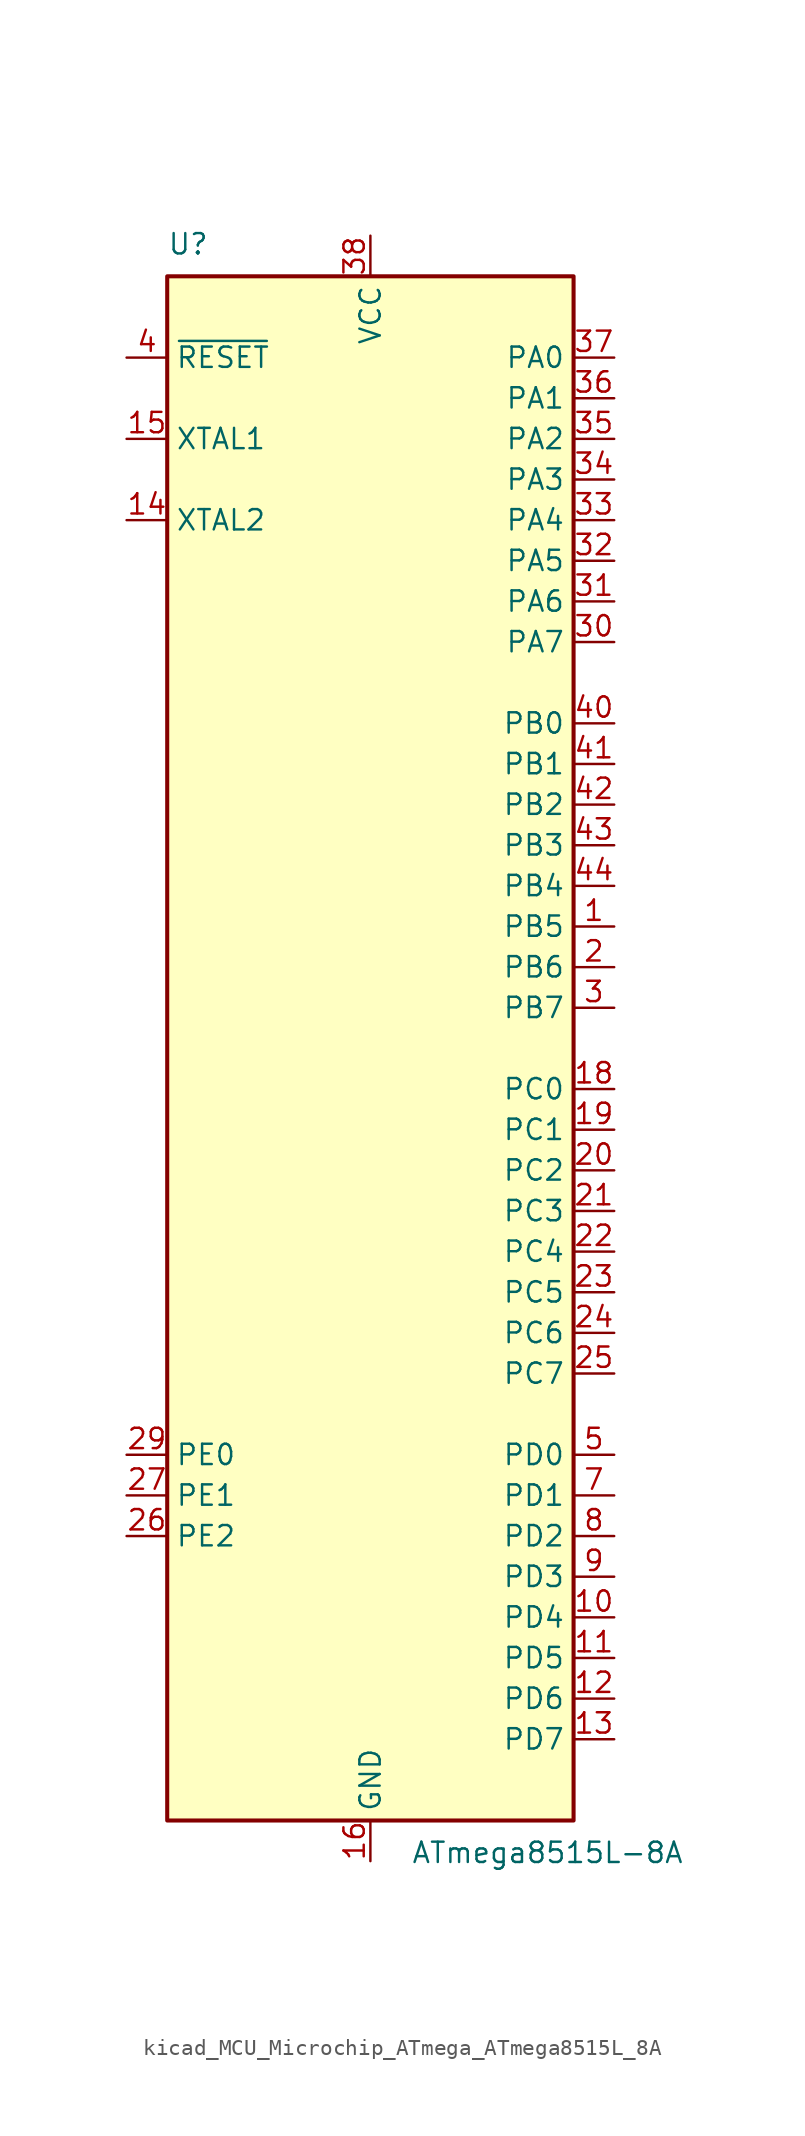
<source format=kicad_sym>
(kicad_symbol_lib
  (version 20220914)
  (generator kicad_symbol_editor)
  (symbol "kicad_MCU_Microchip_ATmega_ATmega8515L_8A"
    (property "Reference" "U"
      (at -12.7 49.53 0)
      (effects (font (size 1.27 1.27)) (justify left bottom)))
    (property "Value" "ATmega8515L-8A"
      (at 2.54 -49.53 0)
      (effects (font (size 1.27 1.27)) (justify left top)))
    (symbol "kicad_MCU_Microchip_ATmega_ATmega8515L_8A_0_1"
      (rectangle (start -12.7 -48.26) (end 12.7 48.26) (stroke (width 0.254) (type default)) (fill (type background))))
    (symbol "kicad_MCU_Microchip_ATmega_ATmega8515L_8A_1_1"
      (pin bidirectional line (at 15.24 7.62 180) (length 2.54) (name "PB5" (effects (font (size 1.27 1.27)))) (number "1" (effects (font (size 1.27 1.27)))))
      (pin bidirectional line (at 15.24 -35.56 180) (length 2.54) (name "PD4" (effects (font (size 1.27 1.27)))) (number "10" (effects (font (size 1.27 1.27)))))
      (pin bidirectional line (at 15.24 -38.1 180) (length 2.54) (name "PD5" (effects (font (size 1.27 1.27)))) (number "11" (effects (font (size 1.27 1.27)))))
      (pin bidirectional line (at 15.24 -40.64 180) (length 2.54) (name "PD6" (effects (font (size 1.27 1.27)))) (number "12" (effects (font (size 1.27 1.27)))))
      (pin bidirectional line (at 15.24 -43.18 180) (length 2.54) (name "PD7" (effects (font (size 1.27 1.27)))) (number "13" (effects (font (size 1.27 1.27)))))
      (pin output line (at -15.24 33.02 0) (length 2.54) (name "XTAL2" (effects (font (size 1.27 1.27)))) (number "14" (effects (font (size 1.27 1.27)))))
      (pin input line (at -15.24 38.1 0) (length 2.54) (name "XTAL1" (effects (font (size 1.27 1.27)))) (number "15" (effects (font (size 1.27 1.27)))))
      (pin power_in line (at 0 -50.8 90) (length 2.54) (name "GND" (effects (font (size 1.27 1.27)))) (number "16" (effects (font (size 1.27 1.27)))))
      (pin no_connect line (at -12.7 -40.64 0) (length 2.54) hide (name "NC" (effects (font (size 1.27 1.27)))) (number "17" (effects (font (size 1.27 1.27)))))
      (pin bidirectional line (at 15.24 -2.54 180) (length 2.54) (name "PC0" (effects (font (size 1.27 1.27)))) (number "18" (effects (font (size 1.27 1.27)))))
      (pin bidirectional line (at 15.24 -5.08 180) (length 2.54) (name "PC1" (effects (font (size 1.27 1.27)))) (number "19" (effects (font (size 1.27 1.27)))))
      (pin bidirectional line (at 15.24 5.08 180) (length 2.54) (name "PB6" (effects (font (size 1.27 1.27)))) (number "2" (effects (font (size 1.27 1.27)))))
      (pin bidirectional line (at 15.24 -7.62 180) (length 2.54) (name "PC2" (effects (font (size 1.27 1.27)))) (number "20" (effects (font (size 1.27 1.27)))))
      (pin bidirectional line (at 15.24 -10.16 180) (length 2.54) (name "PC3" (effects (font (size 1.27 1.27)))) (number "21" (effects (font (size 1.27 1.27)))))
      (pin bidirectional line (at 15.24 -12.7 180) (length 2.54) (name "PC4" (effects (font (size 1.27 1.27)))) (number "22" (effects (font (size 1.27 1.27)))))
      (pin bidirectional line (at 15.24 -15.24 180) (length 2.54) (name "PC5" (effects (font (size 1.27 1.27)))) (number "23" (effects (font (size 1.27 1.27)))))
      (pin bidirectional line (at 15.24 -17.78 180) (length 2.54) (name "PC6" (effects (font (size 1.27 1.27)))) (number "24" (effects (font (size 1.27 1.27)))))
      (pin bidirectional line (at 15.24 -20.32 180) (length 2.54) (name "PC7" (effects (font (size 1.27 1.27)))) (number "25" (effects (font (size 1.27 1.27)))))
      (pin bidirectional line (at -15.24 -30.48 0) (length 2.54) (name "PE2" (effects (font (size 1.27 1.27)))) (number "26" (effects (font (size 1.27 1.27)))))
      (pin bidirectional line (at -15.24 -27.94 0) (length 2.54) (name "PE1" (effects (font (size 1.27 1.27)))) (number "27" (effects (font (size 1.27 1.27)))))
      (pin no_connect line (at -12.7 -43.18 0) (length 2.54) hide (name "NC" (effects (font (size 1.27 1.27)))) (number "28" (effects (font (size 1.27 1.27)))))
      (pin bidirectional line (at -15.24 -25.4 0) (length 2.54) (name "PE0" (effects (font (size 1.27 1.27)))) (number "29" (effects (font (size 1.27 1.27)))))
      (pin bidirectional line (at 15.24 2.54 180) (length 2.54) (name "PB7" (effects (font (size 1.27 1.27)))) (number "3" (effects (font (size 1.27 1.27)))))
      (pin bidirectional line (at 15.24 25.4 180) (length 2.54) (name "PA7" (effects (font (size 1.27 1.27)))) (number "30" (effects (font (size 1.27 1.27)))))
      (pin bidirectional line (at 15.24 27.94 180) (length 2.54) (name "PA6" (effects (font (size 1.27 1.27)))) (number "31" (effects (font (size 1.27 1.27)))))
      (pin bidirectional line (at 15.24 30.48 180) (length 2.54) (name "PA5" (effects (font (size 1.27 1.27)))) (number "32" (effects (font (size 1.27 1.27)))))
      (pin bidirectional line (at 15.24 33.02 180) (length 2.54) (name "PA4" (effects (font (size 1.27 1.27)))) (number "33" (effects (font (size 1.27 1.27)))))
      (pin bidirectional line (at 15.24 35.56 180) (length 2.54) (name "PA3" (effects (font (size 1.27 1.27)))) (number "34" (effects (font (size 1.27 1.27)))))
      (pin bidirectional line (at 15.24 38.1 180) (length 2.54) (name "PA2" (effects (font (size 1.27 1.27)))) (number "35" (effects (font (size 1.27 1.27)))))
      (pin bidirectional line (at 15.24 40.64 180) (length 2.54) (name "PA1" (effects (font (size 1.27 1.27)))) (number "36" (effects (font (size 1.27 1.27)))))
      (pin bidirectional line (at 15.24 43.18 180) (length 2.54) (name "PA0" (effects (font (size 1.27 1.27)))) (number "37" (effects (font (size 1.27 1.27)))))
      (pin power_in line (at 0 50.8 270) (length 2.54) (name "VCC" (effects (font (size 1.27 1.27)))) (number "38" (effects (font (size 1.27 1.27)))))
      (pin no_connect line (at -12.7 -45.72 0) (length 2.54) hide (name "NC" (effects (font (size 1.27 1.27)))) (number "39" (effects (font (size 1.27 1.27)))))
      (pin input line (at -15.24 43.18 0) (length 2.54) (name "~{RESET}" (effects (font (size 1.27 1.27)))) (number "4" (effects (font (size 1.27 1.27)))))
      (pin bidirectional line (at 15.24 20.32 180) (length 2.54) (name "PB0" (effects (font (size 1.27 1.27)))) (number "40" (effects (font (size 1.27 1.27)))))
      (pin bidirectional line (at 15.24 17.78 180) (length 2.54) (name "PB1" (effects (font (size 1.27 1.27)))) (number "41" (effects (font (size 1.27 1.27)))))
      (pin bidirectional line (at 15.24 15.24 180) (length 2.54) (name "PB2" (effects (font (size 1.27 1.27)))) (number "42" (effects (font (size 1.27 1.27)))))
      (pin bidirectional line (at 15.24 12.7 180) (length 2.54) (name "PB3" (effects (font (size 1.27 1.27)))) (number "43" (effects (font (size 1.27 1.27)))))
      (pin bidirectional line (at 15.24 10.16 180) (length 2.54) (name "PB4" (effects (font (size 1.27 1.27)))) (number "44" (effects (font (size 1.27 1.27)))))
      (pin bidirectional line (at 15.24 -25.4 180) (length 2.54) (name "PD0" (effects (font (size 1.27 1.27)))) (number "5" (effects (font (size 1.27 1.27)))))
      (pin no_connect line (at -12.7 -38.1 0) (length 2.54) hide (name "NC" (effects (font (size 1.27 1.27)))) (number "6" (effects (font (size 1.27 1.27)))))
      (pin bidirectional line (at 15.24 -27.94 180) (length 2.54) (name "PD1" (effects (font (size 1.27 1.27)))) (number "7" (effects (font (size 1.27 1.27)))))
      (pin bidirectional line (at 15.24 -30.48 180) (length 2.54) (name "PD2" (effects (font (size 1.27 1.27)))) (number "8" (effects (font (size 1.27 1.27)))))
      (pin bidirectional line (at 15.24 -33.02 180) (length 2.54) (name "PD3" (effects (font (size 1.27 1.27)))) (number "9" (effects (font (size 1.27 1.27))))))))
</source>
